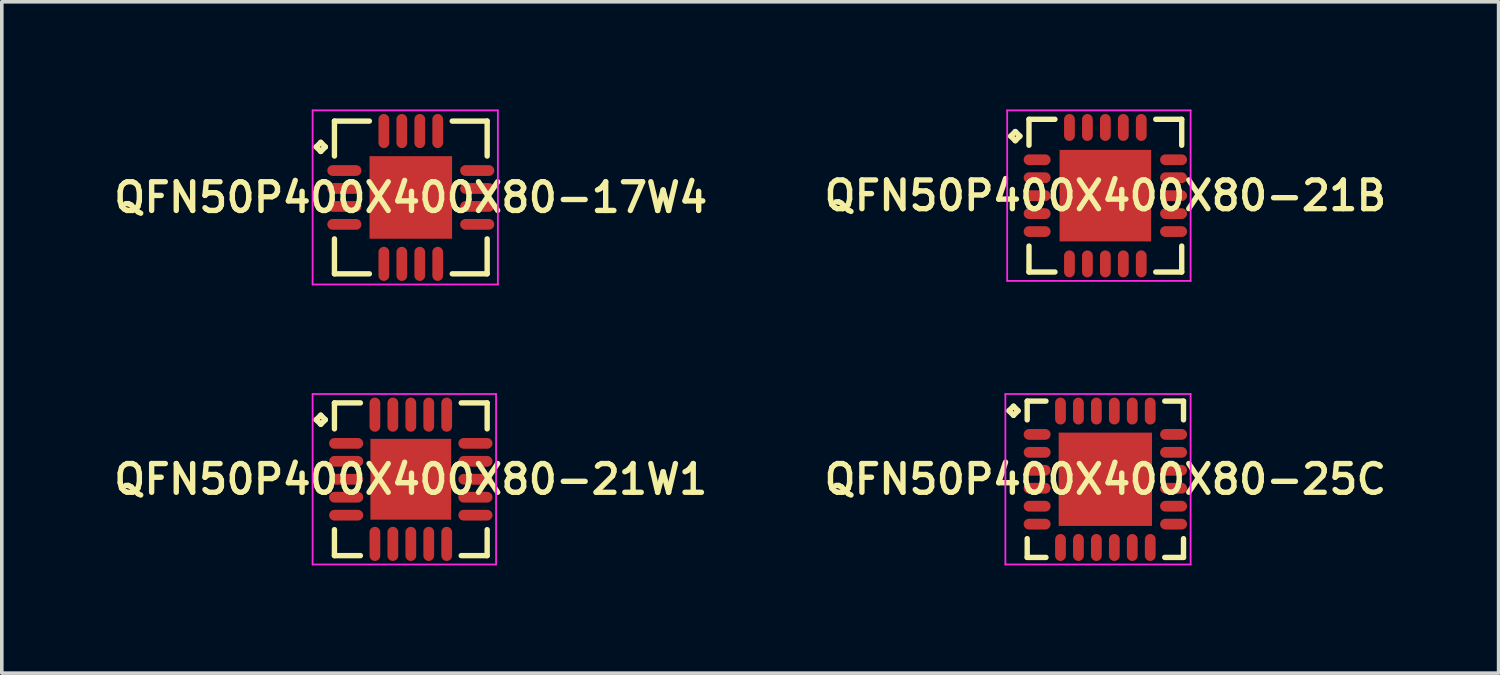
<source format=kicad_pcb>
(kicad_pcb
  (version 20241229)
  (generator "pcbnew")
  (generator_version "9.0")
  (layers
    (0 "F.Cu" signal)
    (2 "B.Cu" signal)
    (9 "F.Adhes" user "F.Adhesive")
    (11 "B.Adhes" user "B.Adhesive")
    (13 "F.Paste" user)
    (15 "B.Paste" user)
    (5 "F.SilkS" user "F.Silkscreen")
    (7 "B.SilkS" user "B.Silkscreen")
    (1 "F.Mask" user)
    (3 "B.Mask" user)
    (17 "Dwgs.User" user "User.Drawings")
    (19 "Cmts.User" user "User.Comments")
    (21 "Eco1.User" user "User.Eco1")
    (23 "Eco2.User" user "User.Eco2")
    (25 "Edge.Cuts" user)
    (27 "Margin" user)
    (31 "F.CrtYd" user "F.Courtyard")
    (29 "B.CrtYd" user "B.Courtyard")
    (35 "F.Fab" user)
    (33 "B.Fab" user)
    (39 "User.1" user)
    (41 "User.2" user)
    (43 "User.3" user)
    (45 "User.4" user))
  (footprint "QFN50P400X400X80-21W1"
    (layer "F.Cu")
    (at 8.393 10.3)
    (property "Reference" "QFN50P400X400X80-21W1" (at 0 0 0) (layer "F.SilkS") (effects (font (size 0.8 0.8) (thickness 0.15))))
    (attr smd)
    (fp_line (start -2.635 -1.658) (end -2.508 -1.785) (stroke (width 0.15) (type solid)) (layer "F.SilkS"))
    (fp_line (start -2.508 -1.785) (end -2.381 -1.658) (stroke (width 0.15) (type solid)) (layer "F.SilkS"))
    (fp_line (start -2.508 -1.531) (end -2.635 -1.658) (stroke (width 0.15) (type solid)) (layer "F.SilkS"))
    (fp_line (start -2.381 -1.658) (end -2.508 -1.531) (stroke (width 0.15) (type solid)) (layer "F.SilkS"))
    (fp_line (start -2.127 -2.127) (end -1.404 -2.127) (stroke (width 0.15) (type solid)) (layer "F.SilkS"))
    (fp_line (start -2.127 -1.404) (end -2.127 -2.127) (stroke (width 0.15) (type solid)) (layer "F.SilkS"))
    (fp_line (start -2.127 1.404) (end -2.127 2.127) (stroke (width 0.15) (type solid)) (layer "F.SilkS"))
    (fp_line (start -2.127 2.127) (end -1.404 2.127) (stroke (width 0.15) (type solid)) (layer "F.SilkS"))
    (fp_line (start 1.404 -2.127) (end 2.127 -2.127) (stroke (width 0.15) (type solid)) (layer "F.SilkS"))
    (fp_line (start 1.404 2.127) (end 2.127 2.127) (stroke (width 0.15) (type solid)) (layer "F.SilkS"))
    (fp_line (start 2.127 -2.127) (end 2.127 -1.404) (stroke (width 0.15) (type solid)) (layer "F.SilkS"))
    (fp_line (start 2.127 2.127) (end 2.127 1.404) (stroke (width 0.15) (type solid)) (layer "F.SilkS"))
    (fp_line (start -2.735 -2.375) (end 2.375 -2.375) (stroke (width 0.05) (type solid)) (layer "F.CrtYd"))
    (fp_line (start -2.735 2.375) (end -2.735 -2.375) (stroke (width 0.05) (type solid)) (layer "F.CrtYd"))
    (fp_line (start 2.375 -2.375) (end 2.375 2.375) (stroke (width 0.05) (type solid)) (layer "F.CrtYd"))
    (fp_line (start 2.375 2.375) (end -2.735 2.375) (stroke (width 0.05) (type solid)) (layer "F.CrtYd"))
    (pad "1" smd oval (at -1.8 -1) (size 0.95 0.3) (layers "F.Cu" "F.Mask" "F.Paste"))
    (pad "2" smd oval (at -1.8 -0.5) (size 0.95 0.3) (layers "F.Cu" "F.Mask" "F.Paste"))
    (pad "3" smd oval (at -1.8 0) (size 0.95 0.3) (layers "F.Cu" "F.Mask" "F.Paste"))
    (pad "4" smd oval (at -1.8 0.5) (size 0.95 0.3) (layers "F.Cu" "F.Mask" "F.Paste"))
    (pad "5" smd oval (at -1.8 1) (size 0.95 0.3) (layers "F.Cu" "F.Mask" "F.Paste"))
    (pad "6" smd oval (at -1 1.8) (size 0.3 0.95) (layers "F.Cu" "F.Mask" "F.Paste"))
    (pad "7" smd oval (at -0.5 1.8) (size 0.3 0.95) (layers "F.Cu" "F.Mask" "F.Paste"))
    (pad "8" smd oval (at 0 1.8) (size 0.3 0.95) (layers "F.Cu" "F.Mask" "F.Paste"))
    (pad "9" smd oval (at 0.5 1.8) (size 0.3 0.95) (layers "F.Cu" "F.Mask" "F.Paste"))
    (pad "10" smd oval (at 1 1.8) (size 0.3 0.95) (layers "F.Cu" "F.Mask" "F.Paste"))
    (pad "11" smd oval (at 1.8 1) (size 0.95 0.3) (layers "F.Cu" "F.Mask" "F.Paste"))
    (pad "12" smd oval (at 1.8 0.5) (size 0.95 0.3) (layers "F.Cu" "F.Mask" "F.Paste"))
    (pad "13" smd oval (at 1.8 0) (size 0.95 0.3) (layers "F.Cu" "F.Mask" "F.Paste"))
    (pad "14" smd oval (at 1.8 -0.5) (size 0.95 0.3) (layers "F.Cu" "F.Mask" "F.Paste"))
    (pad "15" smd oval (at 1.8 -1) (size 0.95 0.3) (layers "F.Cu" "F.Mask" "F.Paste"))
    (pad "16" smd oval (at 1 -1.8) (size 0.3 0.95) (layers "F.Cu" "F.Mask" "F.Paste"))
    (pad "17" smd oval (at 0.5 -1.8) (size 0.3 0.95) (layers "F.Cu" "F.Mask" "F.Paste"))
    (pad "18" smd oval (at 0 -1.8) (size 0.3 0.95) (layers "F.Cu" "F.Mask" "F.Paste"))
    (pad "19" smd oval (at -0.5 -1.8) (size 0.3 0.95) (layers "F.Cu" "F.Mask" "F.Paste"))
    (pad "20" smd oval (at -1 -1.8) (size 0.3 0.95) (layers "F.Cu" "F.Mask" "F.Paste"))
    (pad "21" smd rect (at 0 0) (size 2.25 2.25) (layers "F.Cu" "F.Mask" "F.Paste")))
  (footprint "QFN50P400X400X80-17W4"
    (layer "F.Cu")
    (at 8.393 2.45)
    (property "Reference" "QFN50P400X400X80-17W4" (at 0 0 0) (layer "F.SilkS") (effects (font (size 0.8 0.8) (thickness 0.15))))
    (attr smd)
    (fp_line (start -2.635 -1.408) (end -2.508 -1.535) (stroke (width 0.15) (type solid)) (layer "F.SilkS"))
    (fp_line (start -2.508 -1.535) (end -2.381 -1.408) (stroke (width 0.15) (type solid)) (layer "F.SilkS"))
    (fp_line (start -2.508 -1.281) (end -2.635 -1.408) (stroke (width 0.15) (type solid)) (layer "F.SilkS"))
    (fp_line (start -2.381 -1.408) (end -2.508 -1.281) (stroke (width 0.15) (type solid)) (layer "F.SilkS"))
    (fp_line (start -2.127 -2.127) (end -1.154 -2.127) (stroke (width 0.15) (type solid)) (layer "F.SilkS"))
    (fp_line (start -2.127 -1.154) (end -2.127 -2.127) (stroke (width 0.15) (type solid)) (layer "F.SilkS"))
    (fp_line (start -2.127 1.154) (end -2.127 2.127) (stroke (width 0.15) (type solid)) (layer "F.SilkS"))
    (fp_line (start -2.127 2.127) (end -1.154 2.127) (stroke (width 0.15) (type solid)) (layer "F.SilkS"))
    (fp_line (start 1.154 -2.127) (end 2.127 -2.127) (stroke (width 0.15) (type solid)) (layer "F.SilkS"))
    (fp_line (start 1.154 2.127) (end 2.127 2.127) (stroke (width 0.15) (type solid)) (layer "F.SilkS"))
    (fp_line (start 2.127 -2.127) (end 2.127 -1.154) (stroke (width 0.15) (type solid)) (layer "F.SilkS"))
    (fp_line (start 2.127 2.127) (end 2.127 1.154) (stroke (width 0.15) (type solid)) (layer "F.SilkS"))
    (fp_line (start -2.735 -2.425) (end 2.425 -2.425) (stroke (width 0.05) (type solid)) (layer "F.CrtYd"))
    (fp_line (start -2.735 2.425) (end -2.735 -2.425) (stroke (width 0.05) (type solid)) (layer "F.CrtYd"))
    (fp_line (start 2.425 -2.425) (end 2.425 2.425) (stroke (width 0.05) (type solid)) (layer "F.CrtYd"))
    (fp_line (start 2.425 2.425) (end -2.735 2.425) (stroke (width 0.05) (type solid)) (layer "F.CrtYd"))
    (pad "1" smd oval (at -1.85 -0.75) (size 0.95 0.3) (layers "F.Cu" "F.Mask" "F.Paste"))
    (pad "2" smd oval (at -1.85 -0.25) (size 0.95 0.3) (layers "F.Cu" "F.Mask" "F.Paste"))
    (pad "3" smd oval (at -1.85 0.25) (size 0.95 0.3) (layers "F.Cu" "F.Mask" "F.Paste"))
    (pad "4" smd oval (at -1.85 0.75) (size 0.95 0.3) (layers "F.Cu" "F.Mask" "F.Paste"))
    (pad "5" smd oval (at -0.75 1.85) (size 0.3 0.95) (layers "F.Cu" "F.Mask" "F.Paste"))
    (pad "6" smd oval (at -0.25 1.85) (size 0.3 0.95) (layers "F.Cu" "F.Mask" "F.Paste"))
    (pad "7" smd oval (at 0.25 1.85) (size 0.3 0.95) (layers "F.Cu" "F.Mask" "F.Paste"))
    (pad "8" smd oval (at 0.75 1.85) (size 0.3 0.95) (layers "F.Cu" "F.Mask" "F.Paste"))
    (pad "9" smd oval (at 1.85 0.75) (size 0.95 0.3) (layers "F.Cu" "F.Mask" "F.Paste"))
    (pad "10" smd oval (at 1.85 0.25) (size 0.95 0.3) (layers "F.Cu" "F.Mask" "F.Paste"))
    (pad "11" smd oval (at 1.85 -0.25) (size 0.95 0.3) (layers "F.Cu" "F.Mask" "F.Paste"))
    (pad "12" smd oval (at 1.85 -0.75) (size 0.95 0.3) (layers "F.Cu" "F.Mask" "F.Paste"))
    (pad "13" smd oval (at 0.75 -1.85) (size 0.3 0.95) (layers "F.Cu" "F.Mask" "F.Paste"))
    (pad "14" smd oval (at 0.25 -1.85) (size 0.3 0.95) (layers "F.Cu" "F.Mask" "F.Paste"))
    (pad "15" smd oval (at -0.25 -1.85) (size 0.3 0.95) (layers "F.Cu" "F.Mask" "F.Paste"))
    (pad "16" smd oval (at -0.75 -1.85) (size 0.3 0.95) (layers "F.Cu" "F.Mask" "F.Paste"))
    (pad "17" smd rect (at 0 0) (size 2.3 2.3) (layers "F.Cu" "F.Mask" "F.Paste")))
  (footprint "QFN50P400X400X80-25C"
    (layer "F.Cu")
    (at 27.74 10.3)
    (property "Reference" "QFN50P400X400X80-25C" (at 0 0 0) (layer "F.SilkS") (effects (font (size 0.8 0.8) (thickness 0.15))))
    (attr smd)
    (fp_line (start -2.685 -1.908) (end -2.558 -2.035) (stroke (width 0.15) (type solid)) (layer "F.SilkS"))
    (fp_line (start -2.558 -2.035) (end -2.431 -1.908) (stroke (width 0.15) (type solid)) (layer "F.SilkS"))
    (fp_line (start -2.558 -1.781) (end -2.685 -1.908) (stroke (width 0.15) (type solid)) (layer "F.SilkS"))
    (fp_line (start -2.431 -1.908) (end -2.558 -1.781) (stroke (width 0.15) (type solid)) (layer "F.SilkS"))
    (fp_line (start -2.177 -2.177) (end -1.654 -2.177) (stroke (width 0.15) (type solid)) (layer "F.SilkS"))
    (fp_line (start -2.177 -1.654) (end -2.177 -2.177) (stroke (width 0.15) (type solid)) (layer "F.SilkS"))
    (fp_line (start -2.177 1.654) (end -2.177 2.177) (stroke (width 0.15) (type solid)) (layer "F.SilkS"))
    (fp_line (start -2.177 2.177) (end -1.654 2.177) (stroke (width 0.15) (type solid)) (layer "F.SilkS"))
    (fp_line (start 1.654 -2.177) (end 2.177 -2.177) (stroke (width 0.15) (type solid)) (layer "F.SilkS"))
    (fp_line (start 1.654 2.177) (end 2.177 2.177) (stroke (width 0.15) (type solid)) (layer "F.SilkS"))
    (fp_line (start 2.177 -2.177) (end 2.177 -1.654) (stroke (width 0.15) (type solid)) (layer "F.SilkS"))
    (fp_line (start 2.177 2.177) (end 2.177 1.654) (stroke (width 0.15) (type solid)) (layer "F.SilkS"))
    (fp_line (start -2.785 -2.375) (end 2.375 -2.375) (stroke (width 0.05) (type solid)) (layer "F.CrtYd"))
    (fp_line (start -2.785 2.375) (end -2.785 -2.375) (stroke (width 0.05) (type solid)) (layer "F.CrtYd"))
    (fp_line (start 2.375 -2.375) (end 2.375 2.375) (stroke (width 0.05) (type solid)) (layer "F.CrtYd"))
    (fp_line (start 2.375 2.375) (end -2.785 2.375) (stroke (width 0.05) (type solid)) (layer "F.CrtYd"))
    (pad "1" smd oval (at -1.9 -1.25) (size 0.75 0.3) (layers "F.Cu" "F.Mask" "F.Paste"))
    (pad "2" smd oval (at -1.9 -0.75) (size 0.75 0.3) (layers "F.Cu" "F.Mask" "F.Paste"))
    (pad "3" smd oval (at -1.9 -0.25) (size 0.75 0.3) (layers "F.Cu" "F.Mask" "F.Paste"))
    (pad "4" smd oval (at -1.9 0.25) (size 0.75 0.3) (layers "F.Cu" "F.Mask" "F.Paste"))
    (pad "5" smd oval (at -1.9 0.75) (size 0.75 0.3) (layers "F.Cu" "F.Mask" "F.Paste"))
    (pad "6" smd oval (at -1.9 1.25) (size 0.75 0.3) (layers "F.Cu" "F.Mask" "F.Paste"))
    (pad "7" smd oval (at -1.25 1.9) (size 0.3 0.75) (layers "F.Cu" "F.Mask" "F.Paste"))
    (pad "8" smd oval (at -0.75 1.9) (size 0.3 0.75) (layers "F.Cu" "F.Mask" "F.Paste"))
    (pad "9" smd oval (at -0.25 1.9) (size 0.3 0.75) (layers "F.Cu" "F.Mask" "F.Paste"))
    (pad "10" smd oval (at 0.25 1.9) (size 0.3 0.75) (layers "F.Cu" "F.Mask" "F.Paste"))
    (pad "11" smd oval (at 0.75 1.9) (size 0.3 0.75) (layers "F.Cu" "F.Mask" "F.Paste"))
    (pad "12" smd oval (at 1.25 1.9) (size 0.3 0.75) (layers "F.Cu" "F.Mask" "F.Paste"))
    (pad "13" smd oval (at 1.9 1.25) (size 0.75 0.3) (layers "F.Cu" "F.Mask" "F.Paste"))
    (pad "14" smd oval (at 1.9 0.75) (size 0.75 0.3) (layers "F.Cu" "F.Mask" "F.Paste"))
    (pad "15" smd oval (at 1.9 0.25) (size 0.75 0.3) (layers "F.Cu" "F.Mask" "F.Paste"))
    (pad "16" smd oval (at 1.9 -0.25) (size 0.75 0.3) (layers "F.Cu" "F.Mask" "F.Paste"))
    (pad "17" smd oval (at 1.9 -0.75) (size 0.75 0.3) (layers "F.Cu" "F.Mask" "F.Paste"))
    (pad "18" smd oval (at 1.9 -1.25) (size 0.75 0.3) (layers "F.Cu" "F.Mask" "F.Paste"))
    (pad "19" smd oval (at 1.25 -1.9) (size 0.3 0.75) (layers "F.Cu" "F.Mask" "F.Paste"))
    (pad "20" smd oval (at 0.75 -1.9) (size 0.3 0.75) (layers "F.Cu" "F.Mask" "F.Paste"))
    (pad "21" smd oval (at 0.25 -1.9) (size 0.3 0.75) (layers "F.Cu" "F.Mask" "F.Paste"))
    (pad "22" smd oval (at -0.25 -1.9) (size 0.3 0.75) (layers "F.Cu" "F.Mask" "F.Paste"))
    (pad "23" smd oval (at -0.75 -1.9) (size 0.3 0.75) (layers "F.Cu" "F.Mask" "F.Paste"))
    (pad "24" smd oval (at -1.25 -1.9) (size 0.3 0.75) (layers "F.Cu" "F.Mask" "F.Paste"))
    (pad "25" smd rect (at 0 0) (size 2.6 2.6) (layers "F.Cu" "F.Mask" "F.Paste")))
  (footprint "QFN50P400X400X80-21B"
    (layer "F.Cu")
    (at 27.74 2.4)
    (property "Reference" "QFN50P400X400X80-21B" (at 0 0 0) (layer "F.SilkS") (effects (font (size 0.8 0.8) (thickness 0.15))))
    (attr smd)
    (fp_line (start -2.635 -1.658) (end -2.508 -1.785) (stroke (width 0.15) (type solid)) (layer "F.SilkS"))
    (fp_line (start -2.508 -1.785) (end -2.381 -1.658) (stroke (width 0.15) (type solid)) (layer "F.SilkS"))
    (fp_line (start -2.508 -1.531) (end -2.635 -1.658) (stroke (width 0.15) (type solid)) (layer "F.SilkS"))
    (fp_line (start -2.381 -1.658) (end -2.508 -1.531) (stroke (width 0.15) (type solid)) (layer "F.SilkS"))
    (fp_line (start -2.127 -2.127) (end -1.404 -2.127) (stroke (width 0.15) (type solid)) (layer "F.SilkS"))
    (fp_line (start -2.127 -1.404) (end -2.127 -2.127) (stroke (width 0.15) (type solid)) (layer "F.SilkS"))
    (fp_line (start -2.127 1.404) (end -2.127 2.127) (stroke (width 0.15) (type solid)) (layer "F.SilkS"))
    (fp_line (start -2.127 2.127) (end -1.404 2.127) (stroke (width 0.15) (type solid)) (layer "F.SilkS"))
    (fp_line (start 1.404 -2.127) (end 2.127 -2.127) (stroke (width 0.15) (type solid)) (layer "F.SilkS"))
    (fp_line (start 1.404 2.127) (end 2.127 2.127) (stroke (width 0.15) (type solid)) (layer "F.SilkS"))
    (fp_line (start 2.127 -2.127) (end 2.127 -1.404) (stroke (width 0.15) (type solid)) (layer "F.SilkS"))
    (fp_line (start 2.127 2.127) (end 2.127 1.404) (stroke (width 0.15) (type solid)) (layer "F.SilkS"))
    (fp_line (start -2.735 -2.375) (end 2.375 -2.375) (stroke (width 0.05) (type solid)) (layer "F.CrtYd"))
    (fp_line (start -2.735 2.375) (end -2.735 -2.375) (stroke (width 0.05) (type solid)) (layer "F.CrtYd"))
    (fp_line (start 2.375 -2.375) (end 2.375 2.375) (stroke (width 0.05) (type solid)) (layer "F.CrtYd"))
    (fp_line (start 2.375 2.375) (end -2.735 2.375) (stroke (width 0.05) (type solid)) (layer "F.CrtYd"))
    (pad "1" smd oval (at -1.9 -1) (size 0.75 0.3) (layers "F.Cu" "F.Mask" "F.Paste"))
    (pad "2" smd oval (at -1.9 -0.5) (size 0.75 0.3) (layers "F.Cu" "F.Mask" "F.Paste"))
    (pad "3" smd oval (at -1.9 0) (size 0.75 0.3) (layers "F.Cu" "F.Mask" "F.Paste"))
    (pad "4" smd oval (at -1.9 0.5) (size 0.75 0.3) (layers "F.Cu" "F.Mask" "F.Paste"))
    (pad "5" smd oval (at -1.9 1) (size 0.75 0.3) (layers "F.Cu" "F.Mask" "F.Paste"))
    (pad "6" smd oval (at -1 1.9) (size 0.3 0.75) (layers "F.Cu" "F.Mask" "F.Paste"))
    (pad "7" smd oval (at -0.5 1.9) (size 0.3 0.75) (layers "F.Cu" "F.Mask" "F.Paste"))
    (pad "8" smd oval (at 0 1.9) (size 0.3 0.75) (layers "F.Cu" "F.Mask" "F.Paste"))
    (pad "9" smd oval (at 0.5 1.9) (size 0.3 0.75) (layers "F.Cu" "F.Mask" "F.Paste"))
    (pad "10" smd oval (at 1 1.9) (size 0.3 0.75) (layers "F.Cu" "F.Mask" "F.Paste"))
    (pad "11" smd oval (at 1.9 1) (size 0.75 0.3) (layers "F.Cu" "F.Mask" "F.Paste"))
    (pad "12" smd oval (at 1.9 0.5) (size 0.75 0.3) (layers "F.Cu" "F.Mask" "F.Paste"))
    (pad "13" smd oval (at 1.9 0) (size 0.75 0.3) (layers "F.Cu" "F.Mask" "F.Paste"))
    (pad "14" smd oval (at 1.9 -0.5) (size 0.75 0.3) (layers "F.Cu" "F.Mask" "F.Paste"))
    (pad "15" smd oval (at 1.9 -1) (size 0.75 0.3) (layers "F.Cu" "F.Mask" "F.Paste"))
    (pad "16" smd oval (at 1 -1.9) (size 0.3 0.75) (layers "F.Cu" "F.Mask" "F.Paste"))
    (pad "17" smd oval (at 0.5 -1.9) (size 0.3 0.75) (layers "F.Cu" "F.Mask" "F.Paste"))
    (pad "18" smd oval (at 0 -1.9) (size 0.3 0.75) (layers "F.Cu" "F.Mask" "F.Paste"))
    (pad "19" smd oval (at -0.5 -1.9) (size 0.3 0.75) (layers "F.Cu" "F.Mask" "F.Paste"))
    (pad "20" smd oval (at -1 -1.9) (size 0.3 0.75) (layers "F.Cu" "F.Mask" "F.Paste"))
    (pad "21" smd rect (at 0 0) (size 2.55 2.55) (layers "F.Cu" "F.Mask" "F.Paste")))
  (gr_rect
    (start -3 -3)
    (end 38.694 15.7)
    (stroke (width 0.1) (type default))
    (fill no)
    (layer "Edge.Cuts")))
</source>
